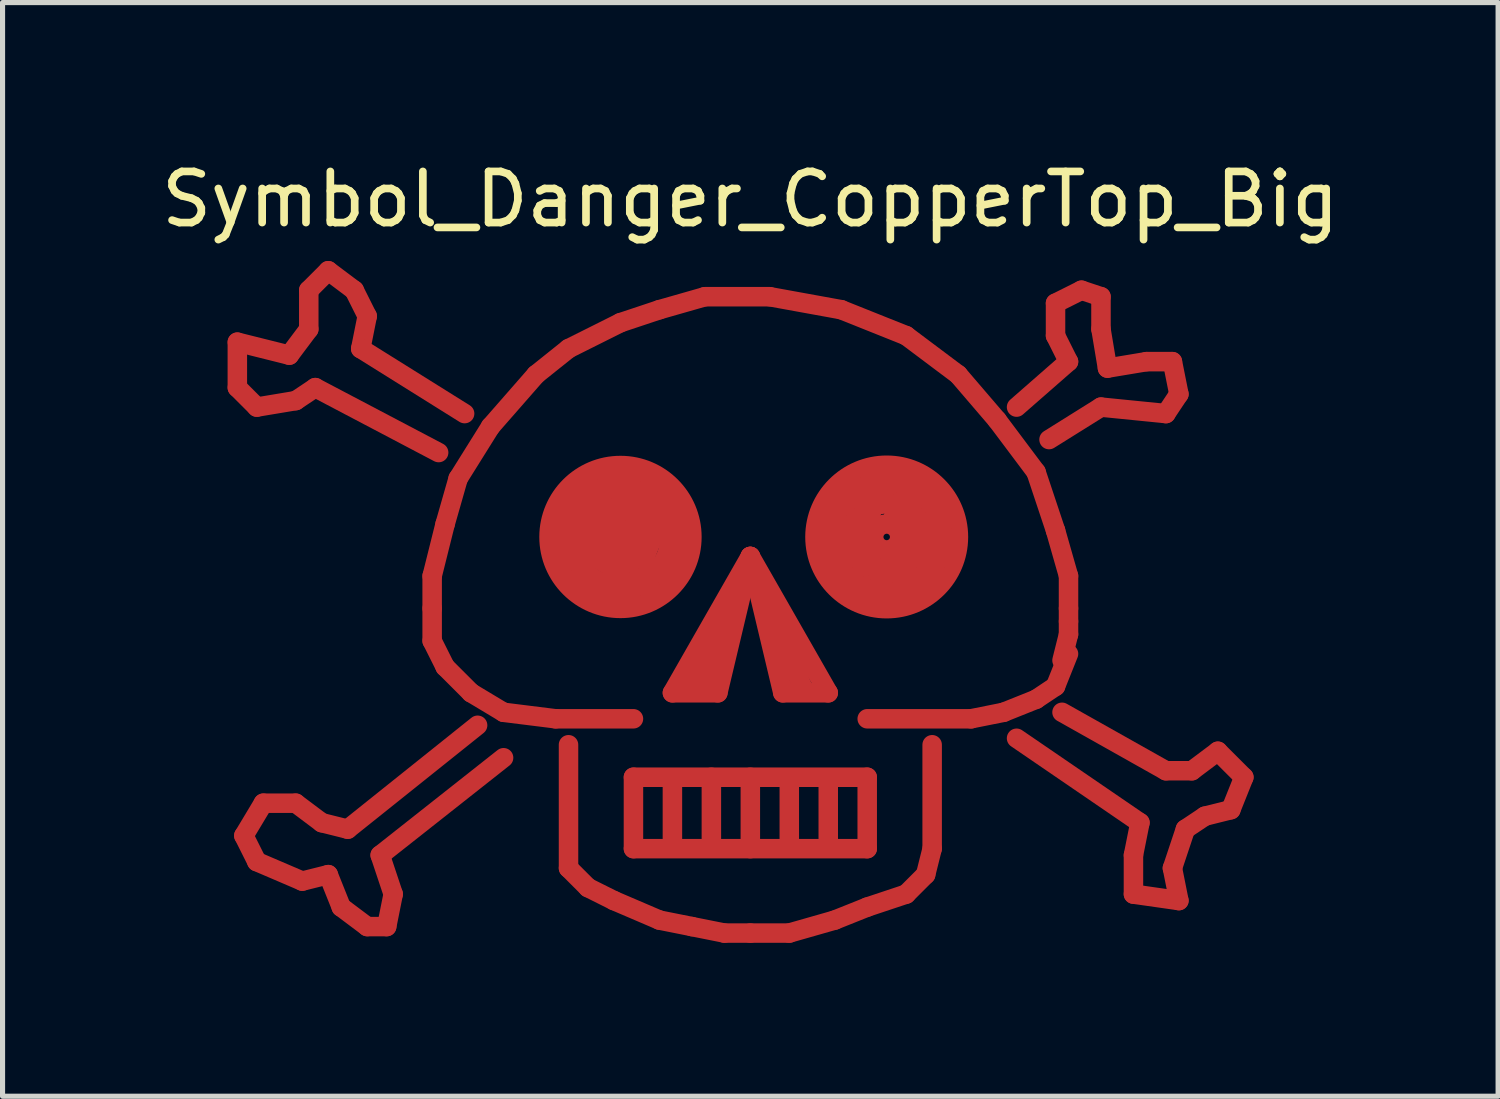
<source format=kicad_pcb>
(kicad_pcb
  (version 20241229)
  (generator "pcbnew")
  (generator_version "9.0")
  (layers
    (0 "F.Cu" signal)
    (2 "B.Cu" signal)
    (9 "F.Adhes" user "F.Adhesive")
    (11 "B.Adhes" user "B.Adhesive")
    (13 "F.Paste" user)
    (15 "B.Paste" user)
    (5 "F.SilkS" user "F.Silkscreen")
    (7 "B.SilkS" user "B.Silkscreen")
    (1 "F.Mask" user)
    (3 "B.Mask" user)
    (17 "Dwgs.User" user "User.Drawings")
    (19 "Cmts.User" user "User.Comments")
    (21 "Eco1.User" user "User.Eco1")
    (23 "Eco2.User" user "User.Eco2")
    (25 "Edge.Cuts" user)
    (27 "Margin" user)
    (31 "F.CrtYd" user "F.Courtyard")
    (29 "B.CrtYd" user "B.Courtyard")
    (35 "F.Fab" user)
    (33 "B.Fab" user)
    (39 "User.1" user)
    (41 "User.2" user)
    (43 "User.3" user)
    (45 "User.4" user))
  (footprint "Symbol_Danger_CopperTop_Big"
    (layer "F.Cu")
    (at 11.625 8.976)
    (property "Reference" "Symbol_Danger_CopperTop_Big" (at 0 -8.128 0) (layer "F.SilkS") (effects (font (size 1 1) (thickness 0.15))))
    (attr through_hole)
    (fp_line (start -10.033 -5.334) (end -10.033 -4.445) (stroke (width 0.381) (type solid)) (layer "F.Cu"))
    (fp_line (start -10.033 -4.445) (end -9.652 -4.064) (stroke (width 0.381) (type solid)) (layer "F.Cu"))
    (fp_line (start -9.906 4.318) (end -9.652 4.826) (stroke (width 0.381) (type solid)) (layer "F.Cu"))
    (fp_line (start -9.652 -4.064) (end -8.89 -4.191) (stroke (width 0.381) (type solid)) (layer "F.Cu"))
    (fp_line (start -9.652 4.826) (end -8.763 5.207) (stroke (width 0.381) (type solid)) (layer "F.Cu"))
    (fp_line (start -9.525 3.683) (end -9.906 4.318) (stroke (width 0.381) (type solid)) (layer "F.Cu"))
    (fp_line (start -9.017 -5.08) (end -10.033 -5.334) (stroke (width 0.381) (type solid)) (layer "F.Cu"))
    (fp_line (start -8.89 -4.191) (end -8.509 -4.445) (stroke (width 0.381) (type solid)) (layer "F.Cu"))
    (fp_line (start -8.89 3.683) (end -9.525 3.683) (stroke (width 0.381) (type solid)) (layer "F.Cu"))
    (fp_line (start -8.763 5.207) (end -8.255 5.08) (stroke (width 0.381) (type solid)) (layer "F.Cu"))
    (fp_line (start -8.636 -6.35) (end -8.636 -5.588) (stroke (width 0.381) (type solid)) (layer "F.Cu"))
    (fp_line (start -8.636 -5.588) (end -9.017 -5.08) (stroke (width 0.381) (type solid)) (layer "F.Cu"))
    (fp_line (start -8.509 -4.445) (end -6.096 -3.175) (stroke (width 0.381) (type solid)) (layer "F.Cu"))
    (fp_line (start -8.382 4.064) (end -8.89 3.683) (stroke (width 0.381) (type solid)) (layer "F.Cu"))
    (fp_line (start -8.255 -6.731) (end -8.636 -6.35) (stroke (width 0.381) (type solid)) (layer "F.Cu"))
    (fp_line (start -8.255 5.08) (end -8.001 5.715) (stroke (width 0.381) (type solid)) (layer "F.Cu"))
    (fp_line (start -8.001 5.715) (end -7.493 6.096) (stroke (width 0.381) (type solid)) (layer "F.Cu"))
    (fp_line (start -7.874 4.191) (end -8.382 4.064) (stroke (width 0.381) (type solid)) (layer "F.Cu"))
    (fp_line (start -7.747 -6.35) (end -8.255 -6.731) (stroke (width 0.381) (type solid)) (layer "F.Cu"))
    (fp_line (start -7.62 -5.207) (end -7.493 -5.842) (stroke (width 0.381) (type solid)) (layer "F.Cu"))
    (fp_line (start -7.493 -5.842) (end -7.747 -6.35) (stroke (width 0.381) (type solid)) (layer "F.Cu"))
    (fp_line (start -7.493 6.096) (end -7.112 6.096) (stroke (width 0.381) (type solid)) (layer "F.Cu"))
    (fp_line (start -7.239 4.699) (end -4.826 2.794) (stroke (width 0.381) (type solid)) (layer "F.Cu"))
    (fp_line (start -7.112 6.096) (end -6.985 5.461) (stroke (width 0.381) (type solid)) (layer "F.Cu"))
    (fp_line (start -6.985 5.461) (end -7.239 4.699) (stroke (width 0.381) (type solid)) (layer "F.Cu"))
    (fp_line (start -6.223 -0.762) (end -5.969 -1.778) (stroke (width 0.381) (type solid)) (layer "F.Cu"))
    (fp_line (start -6.223 -0.127) (end -6.223 -0.762) (stroke (width 0.381) (type solid)) (layer "F.Cu"))
    (fp_line (start -6.223 0.508) (end -6.223 -0.127) (stroke (width 0.381) (type solid)) (layer "F.Cu"))
    (fp_line (start -5.969 -1.778) (end -5.715 -2.667) (stroke (width 0.381) (type solid)) (layer "F.Cu"))
    (fp_line (start -5.969 1.016) (end -6.223 0.508) (stroke (width 0.381) (type solid)) (layer "F.Cu"))
    (fp_line (start -5.715 -2.667) (end -5.08 -3.683) (stroke (width 0.381) (type solid)) (layer "F.Cu"))
    (fp_line (start -5.588 -3.937) (end -7.62 -5.207) (stroke (width 0.381) (type solid)) (layer "F.Cu"))
    (fp_line (start -5.461 1.524) (end -5.969 1.016) (stroke (width 0.381) (type solid)) (layer "F.Cu"))
    (fp_line (start -5.334 2.159) (end -7.874 4.191) (stroke (width 0.381) (type solid)) (layer "F.Cu"))
    (fp_line (start -5.08 -3.683) (end -4.191 -4.699) (stroke (width 0.381) (type solid)) (layer "F.Cu"))
    (fp_line (start -4.826 1.905) (end -5.461 1.524) (stroke (width 0.381) (type solid)) (layer "F.Cu"))
    (fp_line (start -4.191 -4.699) (end -3.556 -5.207) (stroke (width 0.381) (type solid)) (layer "F.Cu"))
    (fp_line (start -3.81 2.032) (end -4.826 1.905) (stroke (width 0.381) (type solid)) (layer "F.Cu"))
    (fp_line (start -3.683 -1.905) (end -3.683 -1.27) (stroke (width 0.381) (type solid)) (layer "F.Cu"))
    (fp_line (start -3.683 -1.27) (end -3.429 -0.762) (stroke (width 0.381) (type solid)) (layer "F.Cu"))
    (fp_line (start -3.556 -5.207) (end -2.54 -5.715) (stroke (width 0.381) (type solid)) (layer "F.Cu"))
    (fp_line (start -3.556 2.54) (end -3.556 4.953) (stroke (width 0.381) (type solid)) (layer "F.Cu"))
    (fp_line (start -3.556 4.953) (end -3.175 5.334) (stroke (width 0.381) (type solid)) (layer "F.Cu"))
    (fp_line (start -3.429 -0.762) (end -3.048 -0.508) (stroke (width 0.381) (type solid)) (layer "F.Cu"))
    (fp_line (start -3.302 -1.524) (end -3.048 -1.143) (stroke (width 0.381) (type solid)) (layer "F.Cu"))
    (fp_line (start -3.175 -2.413) (end -3.683 -1.905) (stroke (width 0.381) (type solid)) (layer "F.Cu"))
    (fp_line (start -3.175 5.334) (end -2.667 5.588) (stroke (width 0.381) (type solid)) (layer "F.Cu"))
    (fp_line (start -3.048 -1.143) (end -2.667 -0.889) (stroke (width 0.381) (type solid)) (layer "F.Cu"))
    (fp_line (start -3.048 -0.508) (end -2.54 -0.381) (stroke (width 0.381) (type solid)) (layer "F.Cu"))
    (fp_line (start -2.921 -2.032) (end -3.302 -1.524) (stroke (width 0.381) (type solid)) (layer "F.Cu"))
    (fp_line (start -2.794 -1.397) (end -2.413 -1.27) (stroke (width 0.381) (type solid)) (layer "F.Cu"))
    (fp_line (start -2.667 -2.667) (end -3.175 -2.413) (stroke (width 0.381) (type solid)) (layer "F.Cu"))
    (fp_line (start -2.667 -0.889) (end -2.159 -0.889) (stroke (width 0.381) (type solid)) (layer "F.Cu"))
    (fp_line (start -2.667 5.588) (end -1.778 5.969) (stroke (width 0.381) (type solid)) (layer "F.Cu"))
    (fp_line (start -2.54 -5.715) (end -1.778 -5.969) (stroke (width 0.381) (type solid)) (layer "F.Cu"))
    (fp_line (start -2.54 -2.667) (end -2.921 -2.032) (stroke (width 0.381) (type solid)) (layer "F.Cu"))
    (fp_line (start -2.54 -2.286) (end -2.794 -1.397) (stroke (width 0.381) (type solid)) (layer "F.Cu"))
    (fp_line (start -2.54 -0.381) (end -1.778 -0.635) (stroke (width 0.381) (type solid)) (layer "F.Cu"))
    (fp_line (start -2.413 -1.27) (end -2.413 -1.778) (stroke (width 0.381) (type solid)) (layer "F.Cu"))
    (fp_line (start -2.286 2.032) (end -3.81 2.032) (stroke (width 0.381) (type solid)) (layer "F.Cu"))
    (fp_line (start -2.286 3.175) (end 2.286 3.175) (stroke (width 0.381) (type solid)) (layer "F.Cu"))
    (fp_line (start -2.286 4.572) (end -2.286 3.175) (stroke (width 0.381) (type solid)) (layer "F.Cu"))
    (fp_line (start -2.159 -0.889) (end -1.905 -1.524) (stroke (width 0.381) (type solid)) (layer "F.Cu"))
    (fp_line (start -2.032 -2.667) (end -2.54 -2.667) (stroke (width 0.381) (type solid)) (layer "F.Cu"))
    (fp_line (start -2.032 -2.032) (end -2.54 -2.286) (stroke (width 0.381) (type solid)) (layer "F.Cu"))
    (fp_line (start -1.905 -1.524) (end -2.032 -2.032) (stroke (width 0.381) (type solid)) (layer "F.Cu"))
    (fp_line (start -1.778 -5.969) (end -0.889 -6.223) (stroke (width 0.381) (type solid)) (layer "F.Cu"))
    (fp_line (start -1.778 -0.635) (end -1.397 -1.27) (stroke (width 0.381) (type solid)) (layer "F.Cu"))
    (fp_line (start -1.778 5.969) (end -1.143 6.096) (stroke (width 0.381) (type solid)) (layer "F.Cu"))
    (fp_line (start -1.651 -2.159) (end -2.032 -2.667) (stroke (width 0.381) (type solid)) (layer "F.Cu"))
    (fp_line (start -1.524 1.524) (end 0 -1.143) (stroke (width 0.381) (type solid)) (layer "F.Cu"))
    (fp_line (start -1.524 3.302) (end -1.524 4.445) (stroke (width 0.381) (type solid)) (layer "F.Cu"))
    (fp_line (start -1.397 -1.905) (end -1.651 -2.159) (stroke (width 0.381) (type solid)) (layer "F.Cu"))
    (fp_line (start -1.397 -1.27) (end -1.397 -1.905) (stroke (width 0.381) (type solid)) (layer "F.Cu"))
    (fp_line (start -1.143 6.096) (end -0.508 6.223) (stroke (width 0.381) (type solid)) (layer "F.Cu"))
    (fp_line (start -1.016 1.397) (end -0.635 0.762) (stroke (width 0.381) (type solid)) (layer "F.Cu"))
    (fp_line (start -0.889 -6.223) (end 0.381 -6.223) (stroke (width 0.381) (type solid)) (layer "F.Cu"))
    (fp_line (start -0.762 3.175) (end -0.762 4.445) (stroke (width 0.381) (type solid)) (layer "F.Cu"))
    (fp_line (start -0.635 1.524) (end -1.524 1.524) (stroke (width 0.381) (type solid)) (layer "F.Cu"))
    (fp_line (start -0.508 6.223) (end 0 6.223) (stroke (width 0.381) (type solid)) (layer "F.Cu"))
    (fp_line (start -0.381 -0.254) (end -1.143 1.27) (stroke (width 0.381) (type solid)) (layer "F.Cu"))
    (fp_line (start 0 -1.143) (end -0.635 1.524) (stroke (width 0.381) (type solid)) (layer "F.Cu"))
    (fp_line (start 0 -1.143) (end 1.524 1.524) (stroke (width 0.381) (type solid)) (layer "F.Cu"))
    (fp_line (start 0 3.175) (end 0 4.572) (stroke (width 0.381) (type solid)) (layer "F.Cu"))
    (fp_line (start 0.381 -6.223) (end 1.778 -5.969) (stroke (width 0.381) (type solid)) (layer "F.Cu"))
    (fp_line (start 0.381 0) (end 1.016 1.397) (stroke (width 0.381) (type solid)) (layer "F.Cu"))
    (fp_line (start 0.635 1.524) (end 0 -1.143) (stroke (width 0.381) (type solid)) (layer "F.Cu"))
    (fp_line (start 0.762 3.302) (end 0.762 4.445) (stroke (width 0.381) (type solid)) (layer "F.Cu"))
    (fp_line (start 0.762 6.223) (end 0 6.223) (stroke (width 0.381) (type solid)) (layer "F.Cu"))
    (fp_line (start 1.524 1.524) (end 0.635 1.524) (stroke (width 0.381) (type solid)) (layer "F.Cu"))
    (fp_line (start 1.524 3.302) (end 1.524 4.445) (stroke (width 0.381) (type solid)) (layer "F.Cu"))
    (fp_line (start 1.651 5.969) (end 0.762 6.223) (stroke (width 0.381) (type solid)) (layer "F.Cu"))
    (fp_line (start 1.778 -5.969) (end 3.048 -5.461) (stroke (width 0.381) (type solid)) (layer "F.Cu"))
    (fp_line (start 1.778 -1.143) (end 2.54 -0.762) (stroke (width 0.381) (type solid)) (layer "F.Cu"))
    (fp_line (start 2.159 -2.286) (end 1.778 -1.143) (stroke (width 0.381) (type solid)) (layer "F.Cu"))
    (fp_line (start 2.286 -1.524) (end 2.413 -1.143) (stroke (width 0.381) (type solid)) (layer "F.Cu"))
    (fp_line (start 2.286 2.032) (end 4.318 2.032) (stroke (width 0.381) (type solid)) (layer "F.Cu"))
    (fp_line (start 2.286 3.175) (end 2.286 4.572) (stroke (width 0.381) (type solid)) (layer "F.Cu"))
    (fp_line (start 2.286 4.572) (end -2.286 4.572) (stroke (width 0.381) (type solid)) (layer "F.Cu"))
    (fp_line (start 2.286 5.715) (end 1.651 5.969) (stroke (width 0.381) (type solid)) (layer "F.Cu"))
    (fp_line (start 2.413 -2.286) (end 2.286 -1.524) (stroke (width 0.381) (type solid)) (layer "F.Cu"))
    (fp_line (start 2.413 -1.143) (end 2.794 -1.143) (stroke (width 0.381) (type solid)) (layer "F.Cu"))
    (fp_line (start 2.54 -0.762) (end 3.175 -0.762) (stroke (width 0.381) (type solid)) (layer "F.Cu"))
    (fp_line (start 2.794 -1.143) (end 3.048 -1.524) (stroke (width 0.381) (type solid)) (layer "F.Cu"))
    (fp_line (start 3.048 -5.461) (end 4.064 -4.699) (stroke (width 0.381) (type solid)) (layer "F.Cu"))
    (fp_line (start 3.048 -2.286) (end 2.413 -2.286) (stroke (width 0.381) (type solid)) (layer "F.Cu"))
    (fp_line (start 3.048 -1.524) (end 2.794 -1.905) (stroke (width 0.381) (type solid)) (layer "F.Cu"))
    (fp_line (start 3.048 5.461) (end 2.286 5.715) (stroke (width 0.381) (type solid)) (layer "F.Cu"))
    (fp_line (start 3.175 -0.762) (end 3.556 -1.397) (stroke (width 0.381) (type solid)) (layer "F.Cu"))
    (fp_line (start 3.429 -1.905) (end 3.048 -2.286) (stroke (width 0.381) (type solid)) (layer "F.Cu"))
    (fp_line (start 3.429 5.08) (end 3.048 5.461) (stroke (width 0.381) (type solid)) (layer "F.Cu"))
    (fp_line (start 3.556 -1.397) (end 3.429 -1.905) (stroke (width 0.381) (type solid)) (layer "F.Cu"))
    (fp_line (start 3.556 2.54) (end 3.556 4.572) (stroke (width 0.381) (type solid)) (layer "F.Cu"))
    (fp_line (start 3.556 4.572) (end 3.429 5.08) (stroke (width 0.381) (type solid)) (layer "F.Cu"))
    (fp_line (start 4.064 -4.699) (end 4.826 -3.81) (stroke (width 0.381) (type solid)) (layer "F.Cu"))
    (fp_line (start 4.318 2.032) (end 4.953 1.905) (stroke (width 0.381) (type solid)) (layer "F.Cu"))
    (fp_line (start 4.826 -3.81) (end 5.588 -2.794) (stroke (width 0.381) (type solid)) (layer "F.Cu"))
    (fp_line (start 4.953 1.905) (end 5.588 1.651) (stroke (width 0.381) (type solid)) (layer "F.Cu"))
    (fp_line (start 5.207 -4.064) (end 6.223 -4.953) (stroke (width 0.381) (type solid)) (layer "F.Cu"))
    (fp_line (start 5.588 -2.794) (end 5.969 -1.651) (stroke (width 0.381) (type solid)) (layer "F.Cu"))
    (fp_line (start 5.588 1.651) (end 5.969 1.397) (stroke (width 0.381) (type solid)) (layer "F.Cu"))
    (fp_line (start 5.969 -6.096) (end 6.477 -6.35) (stroke (width 0.381) (type solid)) (layer "F.Cu"))
    (fp_line (start 5.969 -5.461) (end 5.969 -6.096) (stroke (width 0.381) (type solid)) (layer "F.Cu"))
    (fp_line (start 5.969 -1.651) (end 6.223 -0.762) (stroke (width 0.381) (type solid)) (layer "F.Cu"))
    (fp_line (start 5.969 1.397) (end 6.223 0.762) (stroke (width 0.381) (type solid)) (layer "F.Cu"))
    (fp_line (start 6.096 1.905) (end 8.128 3.048) (stroke (width 0.381) (type solid)) (layer "F.Cu"))
    (fp_line (start 6.223 -4.953) (end 5.969 -5.461) (stroke (width 0.381) (type solid)) (layer "F.Cu"))
    (fp_line (start 6.223 -0.762) (end 6.223 -0.127) (stroke (width 0.381) (type solid)) (layer "F.Cu"))
    (fp_line (start 6.223 -0.127) (end 6.223 0.127) (stroke (width 0.381) (type solid)) (layer "F.Cu"))
    (fp_line (start 6.223 0.127) (end 6.223 0.381) (stroke (width 0.381) (type solid)) (layer "F.Cu"))
    (fp_line (start 6.223 0.381) (end 6.096 0.889) (stroke (width 0.381) (type solid)) (layer "F.Cu"))
    (fp_line (start 6.477 -6.35) (end 6.858 -6.223) (stroke (width 0.381) (type solid)) (layer "F.Cu"))
    (fp_line (start 6.858 -6.223) (end 6.858 -5.588) (stroke (width 0.381) (type solid)) (layer "F.Cu"))
    (fp_line (start 6.858 -5.588) (end 6.985 -4.826) (stroke (width 0.381) (type solid)) (layer "F.Cu"))
    (fp_line (start 6.858 -4.064) (end 5.842 -3.429) (stroke (width 0.381) (type solid)) (layer "F.Cu"))
    (fp_line (start 6.985 -4.826) (end 7.747 -4.953) (stroke (width 0.381) (type solid)) (layer "F.Cu"))
    (fp_line (start 7.493 4.699) (end 7.62 4.064) (stroke (width 0.381) (type solid)) (layer "F.Cu"))
    (fp_line (start 7.493 5.461) (end 7.493 4.699) (stroke (width 0.381) (type solid)) (layer "F.Cu"))
    (fp_line (start 7.62 4.064) (end 5.207 2.413) (stroke (width 0.381) (type solid)) (layer "F.Cu"))
    (fp_line (start 7.747 -4.953) (end 8.255 -4.953) (stroke (width 0.381) (type solid)) (layer "F.Cu"))
    (fp_line (start 8.128 -3.937) (end 6.858 -4.064) (stroke (width 0.381) (type solid)) (layer "F.Cu"))
    (fp_line (start 8.128 3.048) (end 8.636 3.048) (stroke (width 0.381) (type solid)) (layer "F.Cu"))
    (fp_line (start 8.255 -4.953) (end 8.382 -4.318) (stroke (width 0.381) (type solid)) (layer "F.Cu"))
    (fp_line (start 8.255 4.953) (end 8.382 5.588) (stroke (width 0.381) (type solid)) (layer "F.Cu"))
    (fp_line (start 8.382 -4.318) (end 8.128 -3.937) (stroke (width 0.381) (type solid)) (layer "F.Cu"))
    (fp_line (start 8.382 5.588) (end 7.493 5.461) (stroke (width 0.381) (type solid)) (layer "F.Cu"))
    (fp_line (start 8.509 4.191) (end 8.255 4.953) (stroke (width 0.381) (type solid)) (layer "F.Cu"))
    (fp_line (start 8.636 3.048) (end 9.144 2.667) (stroke (width 0.381) (type solid)) (layer "F.Cu"))
    (fp_line (start 8.89 3.937) (end 8.509 4.191) (stroke (width 0.381) (type solid)) (layer "F.Cu"))
    (fp_line (start 9.144 2.667) (end 9.652 3.175) (stroke (width 0.381) (type solid)) (layer "F.Cu"))
    (fp_line (start 9.398 3.81) (end 8.89 3.937) (stroke (width 0.381) (type solid)) (layer "F.Cu"))
    (fp_line (start 9.652 3.175) (end 9.398 3.81) (stroke (width 0.381) (type solid)) (layer "F.Cu"))
    (fp_circle (center -2.54 -1.524) (end -2.54 -1.397) (stroke (width 0.381) (type solid)) (fill no) (layer "F.Cu"))
    (fp_circle (center -2.54 -1.524) (end -2.54 -0.127) (stroke (width 0.381) (type solid)) (fill no) (layer "F.Cu"))
    (fp_circle (center -2.54 -1.524) (end -2.413 -1.016) (stroke (width 0.381) (type solid)) (fill no) (layer "F.Cu"))
    (fp_circle (center -2.54 -1.524) (end -2.159 -0.635) (stroke (width 0.381) (type solid)) (fill no) (layer "F.Cu"))
    (fp_circle (center 2.667 -1.524) (end 2.667 -1.27) (stroke (width 0.381) (type solid)) (fill no) (layer "F.Cu"))
    (fp_circle (center 2.667 -1.524) (end 2.794 -0.889) (stroke (width 0.381) (type solid)) (fill no) (layer "F.Cu"))
    (fp_circle (center 2.667 -1.524) (end 2.794 -0.127) (stroke (width 0.381) (type solid)) (fill no) (layer "F.Cu"))
    (fp_circle (center 2.667 -1.524) (end 3.048 -0.508) (stroke (width 0.381) (type solid)) (fill no) (layer "F.Cu")))
  (gr_rect
    (start -3 -3)
    (end 26.25 18.39)
    (stroke (width 0.1) (type default))
    (fill no)
    (layer "Edge.Cuts")))
</source>
